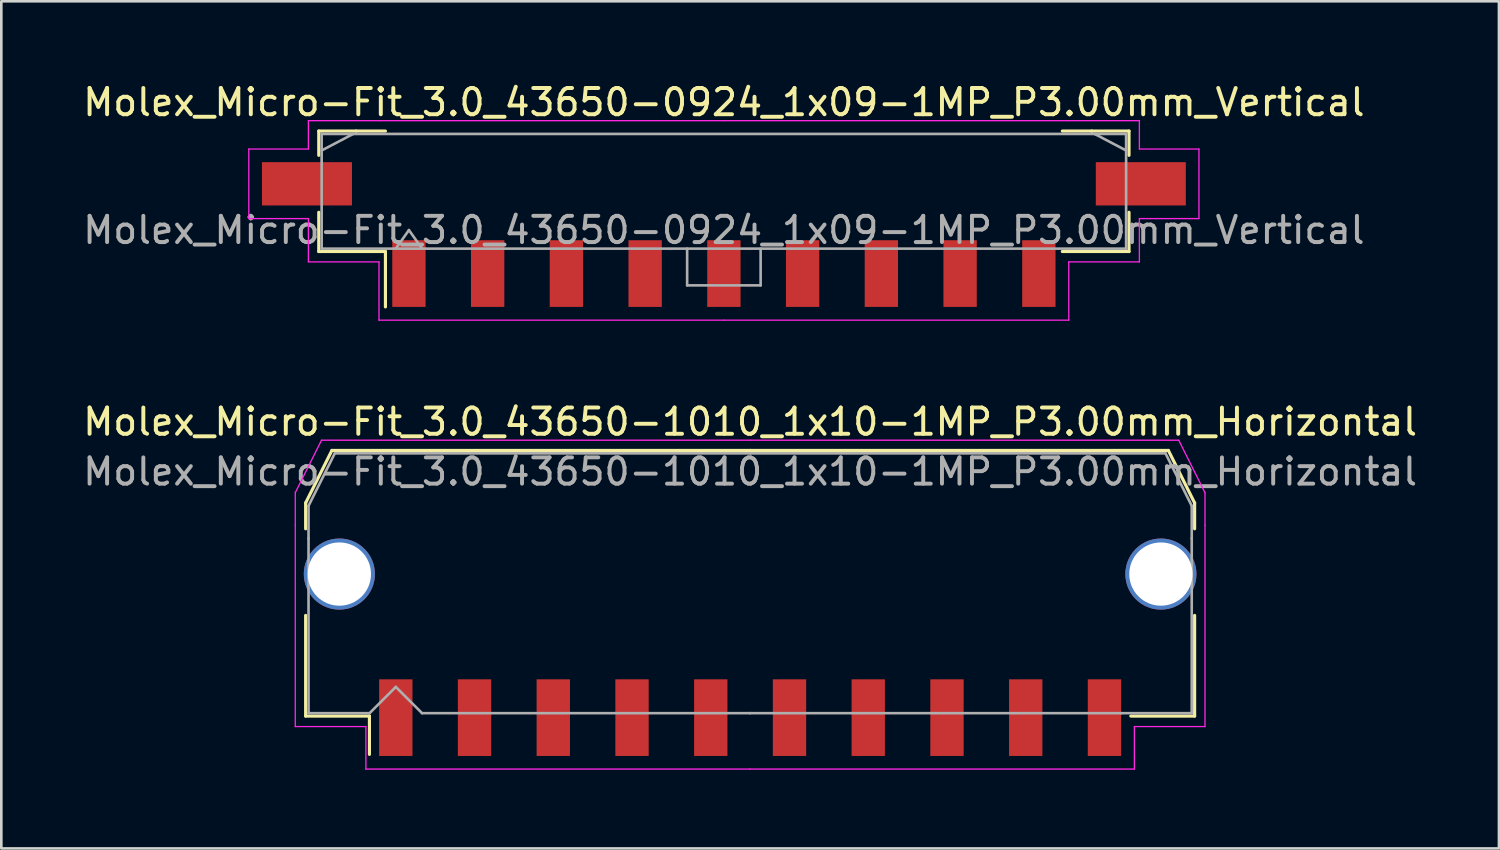
<source format=kicad_pcb>
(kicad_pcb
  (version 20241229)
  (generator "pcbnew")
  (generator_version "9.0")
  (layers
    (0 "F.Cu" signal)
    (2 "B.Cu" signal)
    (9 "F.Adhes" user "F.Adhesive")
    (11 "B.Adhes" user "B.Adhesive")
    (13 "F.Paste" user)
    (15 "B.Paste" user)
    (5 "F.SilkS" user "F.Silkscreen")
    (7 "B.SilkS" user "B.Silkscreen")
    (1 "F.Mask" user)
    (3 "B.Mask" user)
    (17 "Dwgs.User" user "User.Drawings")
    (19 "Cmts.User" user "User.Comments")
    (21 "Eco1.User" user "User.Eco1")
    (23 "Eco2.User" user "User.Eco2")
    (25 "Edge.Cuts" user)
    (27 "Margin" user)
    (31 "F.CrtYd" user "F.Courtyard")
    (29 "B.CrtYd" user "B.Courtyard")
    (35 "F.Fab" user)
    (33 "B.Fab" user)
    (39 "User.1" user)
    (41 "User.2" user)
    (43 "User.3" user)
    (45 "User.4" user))
  (footprint "Molex_Micro-Fit_3.0_43650-0924_1x09-1MP_P3.00mm_Vertical"
    (layer "F.Cu")
    (at 24.53 4.238)
    (property "Reference" "Molex_Micro-Fit_3.0_43650-0924_1x09-1MP_P3.00mm_Vertical" (at 0 -3.39 0) (layer "F.SilkS") (effects (font (size 1 1) (thickness 0.15))))
    (attr smd)
    (fp_line (start -15.435 -2.295) (end -14.015 -2.295) (stroke (width 0.12) (type solid)) (layer "F.SilkS"))
    (fp_line (start -15.435 -1.37) (end -15.435 -2.295) (stroke (width 0.12) (type solid)) (layer "F.SilkS"))
    (fp_line (start -15.435 0.8) (end -15.435 2.295) (stroke (width 0.12) (type solid)) (layer "F.SilkS"))
    (fp_line (start -15.435 2.295) (end -12.895 2.295) (stroke (width 0.12) (type solid)) (layer "F.SilkS"))
    (fp_line (start -14.015 -2.295) (end -12.895 -2.295) (stroke (width 0.12) (type solid)) (layer "F.SilkS"))
    (fp_line (start -12.895 2.295) (end -12.895 4.405) (stroke (width 0.12) (type solid)) (layer "F.SilkS"))
    (fp_line (start 14.015 -2.295) (end 12.895 -2.295) (stroke (width 0.12) (type solid)) (layer "F.SilkS"))
    (fp_line (start 15.435 -2.295) (end 14.015 -2.295) (stroke (width 0.12) (type solid)) (layer "F.SilkS"))
    (fp_line (start 15.435 -1.37) (end 15.435 -2.295) (stroke (width 0.12) (type solid)) (layer "F.SilkS"))
    (fp_line (start 15.435 0.8) (end 15.435 2.295) (stroke (width 0.12) (type solid)) (layer "F.SilkS"))
    (fp_line (start 15.435 2.295) (end 12.895 2.295) (stroke (width 0.12) (type solid)) (layer "F.SilkS"))
    (fp_line (start -18.1 -1.61) (end -18.1 1.04) (stroke (width 0.05) (type solid)) (layer "F.CrtYd"))
    (fp_line (start -18.1 1.04) (end -15.83 1.04) (stroke (width 0.05) (type solid)) (layer "F.CrtYd"))
    (fp_line (start -15.83 -2.69) (end -15.83 -1.61) (stroke (width 0.05) (type solid)) (layer "F.CrtYd"))
    (fp_line (start -15.83 -1.61) (end -18.1 -1.61) (stroke (width 0.05) (type solid)) (layer "F.CrtYd"))
    (fp_line (start -15.83 1.04) (end -15.83 2.69) (stroke (width 0.05) (type solid)) (layer "F.CrtYd"))
    (fp_line (start -15.83 2.69) (end -13.14 2.69) (stroke (width 0.05) (type solid)) (layer "F.CrtYd"))
    (fp_line (start -13.14 -2.69) (end -15.83 -2.69) (stroke (width 0.05) (type solid)) (layer "F.CrtYd"))
    (fp_line (start -13.14 2.69) (end -13.14 4.91) (stroke (width 0.05) (type solid)) (layer "F.CrtYd"))
    (fp_line (start -13.14 4.91) (end 0 4.91) (stroke (width 0.05) (type solid)) (layer "F.CrtYd"))
    (fp_line (start 0 -2.69) (end -13.14 -2.69) (stroke (width 0.05) (type solid)) (layer "F.CrtYd"))
    (fp_line (start 0 -2.69) (end 13.14 -2.69) (stroke (width 0.05) (type solid)) (layer "F.CrtYd"))
    (fp_line (start 13.14 -2.69) (end 15.83 -2.69) (stroke (width 0.05) (type solid)) (layer "F.CrtYd"))
    (fp_line (start 13.14 2.69) (end 13.14 4.91) (stroke (width 0.05) (type solid)) (layer "F.CrtYd"))
    (fp_line (start 13.14 4.91) (end 0 4.91) (stroke (width 0.05) (type solid)) (layer "F.CrtYd"))
    (fp_line (start 15.83 -2.69) (end 15.83 -1.61) (stroke (width 0.05) (type solid)) (layer "F.CrtYd"))
    (fp_line (start 15.83 -1.61) (end 18.1 -1.61) (stroke (width 0.05) (type solid)) (layer "F.CrtYd"))
    (fp_line (start 15.83 1.04) (end 15.83 2.69) (stroke (width 0.05) (type solid)) (layer "F.CrtYd"))
    (fp_line (start 15.83 2.69) (end 13.14 2.69) (stroke (width 0.05) (type solid)) (layer "F.CrtYd"))
    (fp_line (start 18.1 -1.61) (end 18.1 1.04) (stroke (width 0.05) (type solid)) (layer "F.CrtYd"))
    (fp_line (start 18.1 1.04) (end 15.83 1.04) (stroke (width 0.05) (type solid)) (layer "F.CrtYd"))
    (fp_line (start -15.325 -2.185) (end -15.325 2.185) (stroke (width 0.1) (type solid)) (layer "F.Fab"))
    (fp_line (start -15.325 -1.555) (end -14.125 -2.185) (stroke (width 0.1) (type solid)) (layer "F.Fab"))
    (fp_line (start -15.325 2.185) (end 15.325 2.185) (stroke (width 0.1) (type solid)) (layer "F.Fab"))
    (fp_line (start -14.125 -2.185) (end -15.325 -2.185) (stroke (width 0.1) (type solid)) (layer "F.Fab"))
    (fp_line (start -12.5 2.185) (end -12 1.478) (stroke (width 0.1) (type solid)) (layer "F.Fab"))
    (fp_line (start -12 1.478) (end -11.5 2.185) (stroke (width 0.1) (type solid)) (layer "F.Fab"))
    (fp_line (start -1.4 2.185) (end -1.4 3.585) (stroke (width 0.1) (type solid)) (layer "F.Fab"))
    (fp_line (start -1.4 3.585) (end 1.4 3.585) (stroke (width 0.1) (type solid)) (layer "F.Fab"))
    (fp_line (start 1.4 3.585) (end 1.4 2.185) (stroke (width 0.1) (type solid)) (layer "F.Fab"))
    (fp_line (start 14.125 -2.185) (end -14.125 -2.185) (stroke (width 0.1) (type solid)) (layer "F.Fab"))
    (fp_line (start 15.325 -2.185) (end 14.125 -2.185) (stroke (width 0.1) (type solid)) (layer "F.Fab"))
    (fp_line (start 15.325 -1.555) (end 14.125 -2.185) (stroke (width 0.1) (type solid)) (layer "F.Fab"))
    (fp_line (start 15.325 2.185) (end 15.325 -2.185) (stroke (width 0.1) (type solid)) (layer "F.Fab"))
    (fp_text user "${REFERENCE}" (at 0 1.48 0) (layer "F.Fab") (effects (font (size 1 1) (thickness 0.15))))
    (pad "1" smd rect (at -12 3.135) (size 1.27 2.54) (layers "F.Cu" "F.Mask" "F.Paste"))
    (pad "2" smd rect (at -9 3.135) (size 1.27 2.54) (layers "F.Cu" "F.Mask" "F.Paste"))
    (pad "3" smd rect (at -6 3.135) (size 1.27 2.54) (layers "F.Cu" "F.Mask" "F.Paste"))
    (pad "4" smd rect (at -3 3.135) (size 1.27 2.54) (layers "F.Cu" "F.Mask" "F.Paste"))
    (pad "5" smd rect (at 0 3.135) (size 1.27 2.54) (layers "F.Cu" "F.Mask" "F.Paste"))
    (pad "6" smd rect (at 3 3.135) (size 1.27 2.54) (layers "F.Cu" "F.Mask" "F.Paste"))
    (pad "7" smd rect (at 6 3.135) (size 1.27 2.54) (layers "F.Cu" "F.Mask" "F.Paste"))
    (pad "8" smd rect (at 9 3.135) (size 1.27 2.54) (layers "F.Cu" "F.Mask" "F.Paste"))
    (pad "9" smd rect (at 12 3.135) (size 1.27 2.54) (layers "F.Cu" "F.Mask" "F.Paste"))
    (pad "MP" smd rect (at -15.885 -0.285) (size 3.43 1.65) (layers "F.Cu" "F.Mask" "F.Paste"))
    (pad "MP" smd rect (at 15.885 -0.285) (size 3.43 1.65) (layers "F.Cu" "F.Mask" "F.Paste")))
  (footprint "Molex_Micro-Fit_3.0_43650-1010_1x10-1MP_P3.00mm_Horizontal"
    (layer "F.Cu")
    (at 25.53 19.172)
    (property "Reference" "Molex_Micro-Fit_3.0_43650-1010_1x10-1MP_P3.00mm_Horizontal" (at 0 -6.15 0) (layer "F.SilkS") (effects (font (size 1 1) (thickness 0.15))))
    (attr smd)
    (fp_line (start -16.935 -3.06) (end -16.935 -2.075) (stroke (width 0.12) (type solid)) (layer "F.SilkS"))
    (fp_line (start -16.935 1.225) (end -16.935 5.06) (stroke (width 0.12) (type solid)) (layer "F.SilkS"))
    (fp_line (start -16.935 5.06) (end -14.505 5.06) (stroke (width 0.12) (type solid)) (layer "F.SilkS"))
    (fp_line (start -15.935 -5.06) (end -16.935 -3.06) (stroke (width 0.12) (type solid)) (layer "F.SilkS"))
    (fp_line (start -14.505 5.06) (end -14.505 6.52) (stroke (width 0.12) (type solid)) (layer "F.SilkS"))
    (fp_line (start 0 -5.06) (end -15.935 -5.06) (stroke (width 0.12) (type solid)) (layer "F.SilkS"))
    (fp_line (start 0 -5.06) (end 15.935 -5.06) (stroke (width 0.12) (type solid)) (layer "F.SilkS"))
    (fp_line (start 15.935 -5.06) (end 16.935 -3.06) (stroke (width 0.12) (type solid)) (layer "F.SilkS"))
    (fp_line (start 16.935 -3.06) (end 16.935 -2.075) (stroke (width 0.12) (type solid)) (layer "F.SilkS"))
    (fp_line (start 16.935 1.225) (end 16.935 5.06) (stroke (width 0.12) (type solid)) (layer "F.SilkS"))
    (fp_line (start 16.935 5.06) (end 14.505 5.06) (stroke (width 0.12) (type solid)) (layer "F.SilkS"))
    (fp_line (start -17.33 -3.45) (end -17.33 -2.21) (stroke (width 0.05) (type solid)) (layer "F.CrtYd"))
    (fp_line (start -17.33 -2.21) (end -17.33 5.46) (stroke (width 0.05) (type solid)) (layer "F.CrtYd"))
    (fp_line (start -17.33 5.46) (end -14.64 5.46) (stroke (width 0.05) (type solid)) (layer "F.CrtYd"))
    (fp_line (start -16.33 -5.45) (end -17.33 -3.45) (stroke (width 0.05) (type solid)) (layer "F.CrtYd"))
    (fp_line (start -14.64 5.46) (end -14.64 7.08) (stroke (width 0.05) (type solid)) (layer "F.CrtYd"))
    (fp_line (start -14.64 7.08) (end 0 7.08) (stroke (width 0.05) (type solid)) (layer "F.CrtYd"))
    (fp_line (start 0 -5.45) (end -16.33 -5.45) (stroke (width 0.05) (type solid)) (layer "F.CrtYd"))
    (fp_line (start 0 -5.45) (end 16.33 -5.45) (stroke (width 0.05) (type solid)) (layer "F.CrtYd"))
    (fp_line (start 14.64 5.46) (end 14.64 7.08) (stroke (width 0.05) (type solid)) (layer "F.CrtYd"))
    (fp_line (start 14.64 7.08) (end 0 7.08) (stroke (width 0.05) (type solid)) (layer "F.CrtYd"))
    (fp_line (start 16.33 -5.45) (end 17.33 -3.45) (stroke (width 0.05) (type solid)) (layer "F.CrtYd"))
    (fp_line (start 17.33 -3.45) (end 17.33 -2.21) (stroke (width 0.05) (type solid)) (layer "F.CrtYd"))
    (fp_line (start 17.33 -2.21) (end 17.33 5.46) (stroke (width 0.05) (type solid)) (layer "F.CrtYd"))
    (fp_line (start 17.33 5.46) (end 14.64 5.46) (stroke (width 0.05) (type solid)) (layer "F.CrtYd"))
    (fp_line (start -16.825 -2.95) (end -16.825 -1.705) (stroke (width 0.1) (type solid)) (layer "F.Fab"))
    (fp_line (start -16.825 -1.705) (end -16.825 4.95) (stroke (width 0.1) (type solid)) (layer "F.Fab"))
    (fp_line (start -16.825 4.95) (end -14.5 4.95) (stroke (width 0.1) (type solid)) (layer "F.Fab"))
    (fp_line (start -15.825 -4.95) (end -16.825 -2.95) (stroke (width 0.1) (type solid)) (layer "F.Fab"))
    (fp_line (start -14.5 4.95) (end -13.5 3.95) (stroke (width 0.1) (type solid)) (layer "F.Fab"))
    (fp_line (start -13.5 3.95) (end -12.5 4.95) (stroke (width 0.1) (type solid)) (layer "F.Fab"))
    (fp_line (start -12.5 4.95) (end 0 4.95) (stroke (width 0.1) (type solid)) (layer "F.Fab"))
    (fp_line (start 0 -4.95) (end -15.825 -4.95) (stroke (width 0.1) (type solid)) (layer "F.Fab"))
    (fp_line (start 0 -4.95) (end 15.825 -4.95) (stroke (width 0.1) (type solid)) (layer "F.Fab"))
    (fp_line (start 14.135 4.95) (end 0 4.95) (stroke (width 0.1) (type solid)) (layer "F.Fab"))
    (fp_line (start 15.825 -4.95) (end 16.825 -2.95) (stroke (width 0.1) (type solid)) (layer "F.Fab"))
    (fp_line (start 16.825 -2.95) (end 16.825 -1.705) (stroke (width 0.1) (type solid)) (layer "F.Fab"))
    (fp_line (start 16.825 -1.705) (end 16.825 4.95) (stroke (width 0.1) (type solid)) (layer "F.Fab"))
    (fp_line (start 16.825 4.95) (end 14.135 4.95) (stroke (width 0.1) (type solid)) (layer "F.Fab"))
    (fp_text user "${REFERENCE}" (at 0 -4.25 0) (layer "F.Fab") (effects (font (size 1 1) (thickness 0.15))))
    (pad "1" smd rect (at -13.5 5.12) (size 1.27 2.92) (layers "F.Cu" "F.Mask" "F.Paste"))
    (pad "2" smd rect (at -10.5 5.12) (size 1.27 2.92) (layers "F.Cu" "F.Mask" "F.Paste"))
    (pad "3" smd rect (at -7.5 5.12) (size 1.27 2.92) (layers "F.Cu" "F.Mask" "F.Paste"))
    (pad "4" smd rect (at -4.5 5.12) (size 1.27 2.92) (layers "F.Cu" "F.Mask" "F.Paste"))
    (pad "5" smd rect (at -1.5 5.12) (size 1.27 2.92) (layers "F.Cu" "F.Mask" "F.Paste"))
    (pad "6" smd rect (at 1.5 5.12) (size 1.27 2.92) (layers "F.Cu" "F.Mask" "F.Paste"))
    (pad "7" smd rect (at 4.5 5.12) (size 1.27 2.92) (layers "F.Cu" "F.Mask" "F.Paste"))
    (pad "8" smd rect (at 7.5 5.12) (size 1.27 2.92) (layers "F.Cu" "F.Mask" "F.Paste"))
    (pad "9" smd rect (at 10.5 5.12) (size 1.27 2.92) (layers "F.Cu" "F.Mask" "F.Paste"))
    (pad "10" smd rect (at 13.5 5.12) (size 1.27 2.92) (layers "F.Cu" "F.Mask" "F.Paste"))
    (pad "MP" thru_hole circle (at -15.65 -0.35) (size 2.71 2.71) (drill 2.41) (property pad_prop_heatsink) (layers "*.Cu" "*.Mask"))
    (pad "MP" thru_hole circle (at 15.65 -0.35) (size 2.71 2.71) (drill 2.41) (property pad_prop_heatsink) (layers "*.Cu" "*.Mask")))
  (gr_rect
    (start -3 -3)
    (end 54.06 29.276)
    (stroke (width 0.1) (type default))
    (fill no)
    (layer "Edge.Cuts")))
</source>
